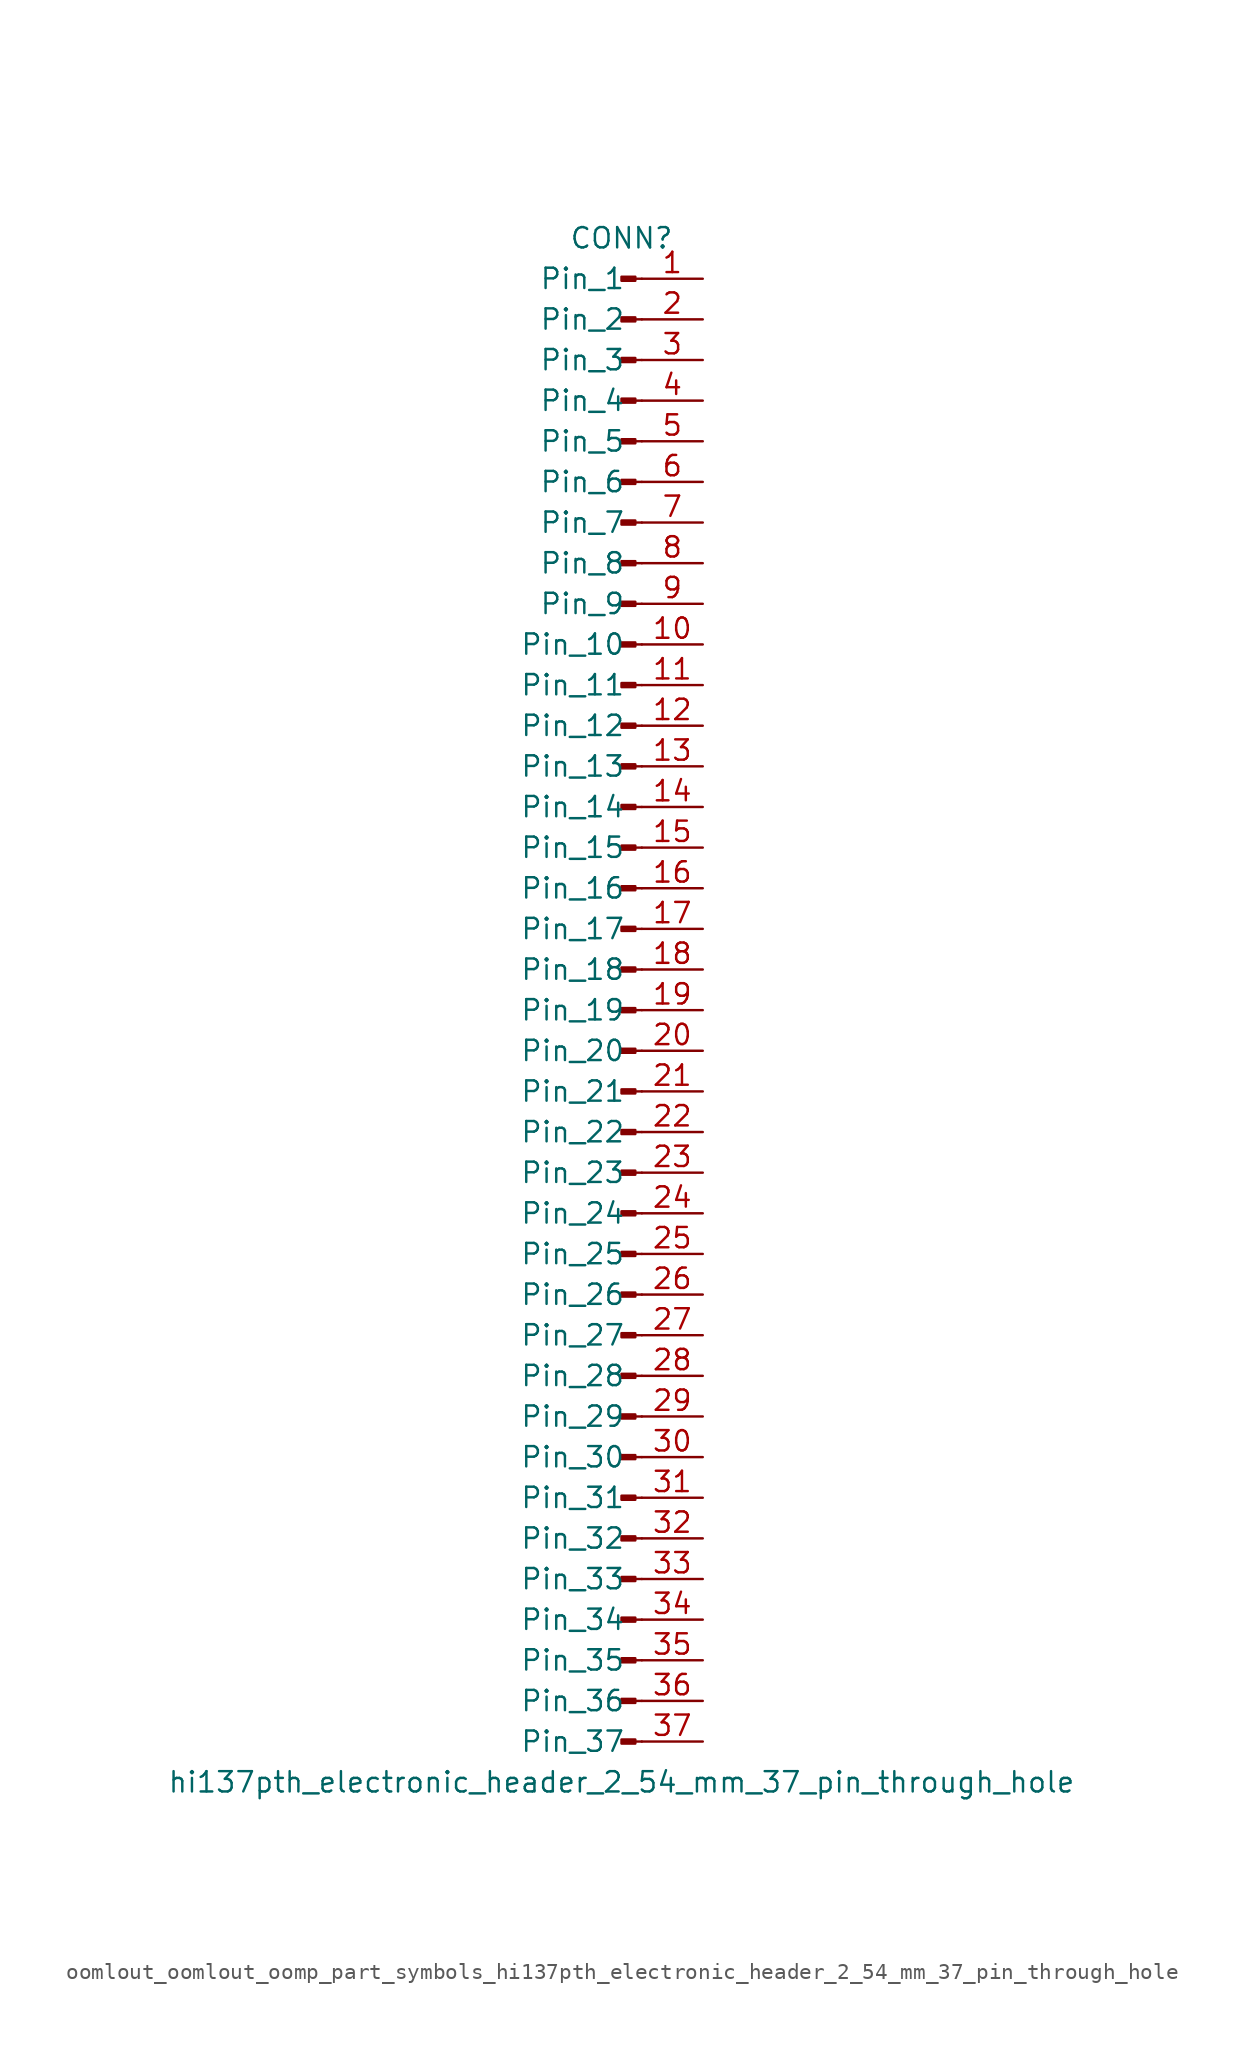
<source format=kicad_sym>
(kicad_symbol_lib
  (version 20220914)
  (generator kicad_symbol_editor)
  (symbol "oomlout_oomlout_oomp_part_symbols_hi137pth_electronic_header_2_54_mm_37_pin_through_hole"
    (pin_names
      (offset 1.016))
    (property "Reference" "CONN"
      (at 0 48.26 0)
      (effects (font (size 1.27 1.27))))
    (property "Value" "hi137pth_electronic_header_2_54_mm_37_pin_through_hole"
      (at 0 -48.26 0)
      (effects (font (size 1.27 1.27))))
    (property "ki_locked" ""
      (at 0 0 0)
      (effects (font (size 1.27 1.27))))
    (symbol "oomlout_oomlout_oomp_part_symbols_hi137pth_electronic_header_2_54_mm_37_pin_through_hole_1_1"
      (polyline (pts (xy 1.27 -45.72) (xy 0.864 -45.72)) (stroke (width 0.152) (type default)) (fill (type none)))
      (polyline (pts (xy 1.27 -43.18) (xy 0.864 -43.18)) (stroke (width 0.152) (type default)) (fill (type none)))
      (polyline (pts (xy 1.27 -40.64) (xy 0.864 -40.64)) (stroke (width 0.152) (type default)) (fill (type none)))
      (polyline (pts (xy 1.27 -38.1) (xy 0.864 -38.1)) (stroke (width 0.152) (type default)) (fill (type none)))
      (polyline (pts (xy 1.27 -35.56) (xy 0.864 -35.56)) (stroke (width 0.152) (type default)) (fill (type none)))
      (polyline (pts (xy 1.27 -33.02) (xy 0.864 -33.02)) (stroke (width 0.152) (type default)) (fill (type none)))
      (polyline (pts (xy 1.27 -30.48) (xy 0.864 -30.48)) (stroke (width 0.152) (type default)) (fill (type none)))
      (polyline (pts (xy 1.27 -27.94) (xy 0.864 -27.94)) (stroke (width 0.152) (type default)) (fill (type none)))
      (polyline (pts (xy 1.27 -25.4) (xy 0.864 -25.4)) (stroke (width 0.152) (type default)) (fill (type none)))
      (polyline (pts (xy 1.27 -22.86) (xy 0.864 -22.86)) (stroke (width 0.152) (type default)) (fill (type none)))
      (polyline (pts (xy 1.27 -20.32) (xy 0.864 -20.32)) (stroke (width 0.152) (type default)) (fill (type none)))
      (polyline (pts (xy 1.27 -17.78) (xy 0.864 -17.78)) (stroke (width 0.152) (type default)) (fill (type none)))
      (polyline (pts (xy 1.27 -15.24) (xy 0.864 -15.24)) (stroke (width 0.152) (type default)) (fill (type none)))
      (polyline (pts (xy 1.27 -12.7) (xy 0.864 -12.7)) (stroke (width 0.152) (type default)) (fill (type none)))
      (polyline (pts (xy 1.27 -10.16) (xy 0.864 -10.16)) (stroke (width 0.152) (type default)) (fill (type none)))
      (polyline (pts (xy 1.27 -7.62) (xy 0.864 -7.62)) (stroke (width 0.152) (type default)) (fill (type none)))
      (polyline (pts (xy 1.27 -5.08) (xy 0.864 -5.08)) (stroke (width 0.152) (type default)) (fill (type none)))
      (polyline (pts (xy 1.27 -2.54) (xy 0.864 -2.54)) (stroke (width 0.152) (type default)) (fill (type none)))
      (polyline (pts (xy 1.27 0) (xy 0.864 0)) (stroke (width 0.152) (type default)) (fill (type none)))
      (polyline (pts (xy 1.27 2.54) (xy 0.864 2.54)) (stroke (width 0.152) (type default)) (fill (type none)))
      (polyline (pts (xy 1.27 5.08) (xy 0.864 5.08)) (stroke (width 0.152) (type default)) (fill (type none)))
      (polyline (pts (xy 1.27 7.62) (xy 0.864 7.62)) (stroke (width 0.152) (type default)) (fill (type none)))
      (polyline (pts (xy 1.27 10.16) (xy 0.864 10.16)) (stroke (width 0.152) (type default)) (fill (type none)))
      (polyline (pts (xy 1.27 12.7) (xy 0.864 12.7)) (stroke (width 0.152) (type default)) (fill (type none)))
      (polyline (pts (xy 1.27 15.24) (xy 0.864 15.24)) (stroke (width 0.152) (type default)) (fill (type none)))
      (polyline (pts (xy 1.27 17.78) (xy 0.864 17.78)) (stroke (width 0.152) (type default)) (fill (type none)))
      (polyline (pts (xy 1.27 20.32) (xy 0.864 20.32)) (stroke (width 0.152) (type default)) (fill (type none)))
      (polyline (pts (xy 1.27 22.86) (xy 0.864 22.86)) (stroke (width 0.152) (type default)) (fill (type none)))
      (polyline (pts (xy 1.27 25.4) (xy 0.864 25.4)) (stroke (width 0.152) (type default)) (fill (type none)))
      (polyline (pts (xy 1.27 27.94) (xy 0.864 27.94)) (stroke (width 0.152) (type default)) (fill (type none)))
      (polyline (pts (xy 1.27 30.48) (xy 0.864 30.48)) (stroke (width 0.152) (type default)) (fill (type none)))
      (polyline (pts (xy 1.27 33.02) (xy 0.864 33.02)) (stroke (width 0.152) (type default)) (fill (type none)))
      (polyline (pts (xy 1.27 35.56) (xy 0.864 35.56)) (stroke (width 0.152) (type default)) (fill (type none)))
      (polyline (pts (xy 1.27 38.1) (xy 0.864 38.1)) (stroke (width 0.152) (type default)) (fill (type none)))
      (polyline (pts (xy 1.27 40.64) (xy 0.864 40.64)) (stroke (width 0.152) (type default)) (fill (type none)))
      (polyline (pts (xy 1.27 43.18) (xy 0.864 43.18)) (stroke (width 0.152) (type default)) (fill (type none)))
      (polyline (pts (xy 1.27 45.72) (xy 0.864 45.72)) (stroke (width 0.152) (type default)) (fill (type none)))
      (rectangle (start 0.864 -45.593) (end 0 -45.847) (stroke (width 0.152) (type default)) (fill (type outline)))
      (rectangle (start 0.864 -43.053) (end 0 -43.307) (stroke (width 0.152) (type default)) (fill (type outline)))
      (rectangle (start 0.864 -40.513) (end 0 -40.767) (stroke (width 0.152) (type default)) (fill (type outline)))
      (rectangle (start 0.864 -37.973) (end 0 -38.227) (stroke (width 0.152) (type default)) (fill (type outline)))
      (rectangle (start 0.864 -35.433) (end 0 -35.687) (stroke (width 0.152) (type default)) (fill (type outline)))
      (rectangle (start 0.864 -32.893) (end 0 -33.147) (stroke (width 0.152) (type default)) (fill (type outline)))
      (rectangle (start 0.864 -30.353) (end 0 -30.607) (stroke (width 0.152) (type default)) (fill (type outline)))
      (rectangle (start 0.864 -27.813) (end 0 -28.067) (stroke (width 0.152) (type default)) (fill (type outline)))
      (rectangle (start 0.864 -25.273) (end 0 -25.527) (stroke (width 0.152) (type default)) (fill (type outline)))
      (rectangle (start 0.864 -22.733) (end 0 -22.987) (stroke (width 0.152) (type default)) (fill (type outline)))
      (rectangle (start 0.864 -20.193) (end 0 -20.447) (stroke (width 0.152) (type default)) (fill (type outline)))
      (rectangle (start 0.864 -17.653) (end 0 -17.907) (stroke (width 0.152) (type default)) (fill (type outline)))
      (rectangle (start 0.864 -15.113) (end 0 -15.367) (stroke (width 0.152) (type default)) (fill (type outline)))
      (rectangle (start 0.864 -12.573) (end 0 -12.827) (stroke (width 0.152) (type default)) (fill (type outline)))
      (rectangle (start 0.864 -10.033) (end 0 -10.287) (stroke (width 0.152) (type default)) (fill (type outline)))
      (rectangle (start 0.864 -7.493) (end 0 -7.747) (stroke (width 0.152) (type default)) (fill (type outline)))
      (rectangle (start 0.864 -4.953) (end 0 -5.207) (stroke (width 0.152) (type default)) (fill (type outline)))
      (rectangle (start 0.864 -2.413) (end 0 -2.667) (stroke (width 0.152) (type default)) (fill (type outline)))
      (rectangle (start 0.864 0.127) (end 0 -0.127) (stroke (width 0.152) (type default)) (fill (type outline)))
      (rectangle (start 0.864 2.667) (end 0 2.413) (stroke (width 0.152) (type default)) (fill (type outline)))
      (rectangle (start 0.864 5.207) (end 0 4.953) (stroke (width 0.152) (type default)) (fill (type outline)))
      (rectangle (start 0.864 7.747) (end 0 7.493) (stroke (width 0.152) (type default)) (fill (type outline)))
      (rectangle (start 0.864 10.287) (end 0 10.033) (stroke (width 0.152) (type default)) (fill (type outline)))
      (rectangle (start 0.864 12.827) (end 0 12.573) (stroke (width 0.152) (type default)) (fill (type outline)))
      (rectangle (start 0.864 15.367) (end 0 15.113) (stroke (width 0.152) (type default)) (fill (type outline)))
      (rectangle (start 0.864 17.907) (end 0 17.653) (stroke (width 0.152) (type default)) (fill (type outline)))
      (rectangle (start 0.864 20.447) (end 0 20.193) (stroke (width 0.152) (type default)) (fill (type outline)))
      (rectangle (start 0.864 22.987) (end 0 22.733) (stroke (width 0.152) (type default)) (fill (type outline)))
      (rectangle (start 0.864 25.527) (end 0 25.273) (stroke (width 0.152) (type default)) (fill (type outline)))
      (rectangle (start 0.864 28.067) (end 0 27.813) (stroke (width 0.152) (type default)) (fill (type outline)))
      (rectangle (start 0.864 30.607) (end 0 30.353) (stroke (width 0.152) (type default)) (fill (type outline)))
      (rectangle (start 0.864 33.147) (end 0 32.893) (stroke (width 0.152) (type default)) (fill (type outline)))
      (rectangle (start 0.864 35.687) (end 0 35.433) (stroke (width 0.152) (type default)) (fill (type outline)))
      (rectangle (start 0.864 38.227) (end 0 37.973) (stroke (width 0.152) (type default)) (fill (type outline)))
      (rectangle (start 0.864 40.767) (end 0 40.513) (stroke (width 0.152) (type default)) (fill (type outline)))
      (rectangle (start 0.864 43.307) (end 0 43.053) (stroke (width 0.152) (type default)) (fill (type outline)))
      (rectangle (start 0.864 45.847) (end 0 45.593) (stroke (width 0.152) (type default)) (fill (type outline)))
      (pin passive line (at 5.08 45.72 180) (length 3.81) (name "Pin_1" (effects (font (size 1.27 1.27)))) (number "1" (effects (font (size 1.27 1.27)))))
      (pin passive line (at 5.08 22.86 180) (length 3.81) (name "Pin_10" (effects (font (size 1.27 1.27)))) (number "10" (effects (font (size 1.27 1.27)))))
      (pin passive line (at 5.08 20.32 180) (length 3.81) (name "Pin_11" (effects (font (size 1.27 1.27)))) (number "11" (effects (font (size 1.27 1.27)))))
      (pin passive line (at 5.08 17.78 180) (length 3.81) (name "Pin_12" (effects (font (size 1.27 1.27)))) (number "12" (effects (font (size 1.27 1.27)))))
      (pin passive line (at 5.08 15.24 180) (length 3.81) (name "Pin_13" (effects (font (size 1.27 1.27)))) (number "13" (effects (font (size 1.27 1.27)))))
      (pin passive line (at 5.08 12.7 180) (length 3.81) (name "Pin_14" (effects (font (size 1.27 1.27)))) (number "14" (effects (font (size 1.27 1.27)))))
      (pin passive line (at 5.08 10.16 180) (length 3.81) (name "Pin_15" (effects (font (size 1.27 1.27)))) (number "15" (effects (font (size 1.27 1.27)))))
      (pin passive line (at 5.08 7.62 180) (length 3.81) (name "Pin_16" (effects (font (size 1.27 1.27)))) (number "16" (effects (font (size 1.27 1.27)))))
      (pin passive line (at 5.08 5.08 180) (length 3.81) (name "Pin_17" (effects (font (size 1.27 1.27)))) (number "17" (effects (font (size 1.27 1.27)))))
      (pin passive line (at 5.08 2.54 180) (length 3.81) (name "Pin_18" (effects (font (size 1.27 1.27)))) (number "18" (effects (font (size 1.27 1.27)))))
      (pin passive line (at 5.08 0 180) (length 3.81) (name "Pin_19" (effects (font (size 1.27 1.27)))) (number "19" (effects (font (size 1.27 1.27)))))
      (pin passive line (at 5.08 43.18 180) (length 3.81) (name "Pin_2" (effects (font (size 1.27 1.27)))) (number "2" (effects (font (size 1.27 1.27)))))
      (pin passive line (at 5.08 -2.54 180) (length 3.81) (name "Pin_20" (effects (font (size 1.27 1.27)))) (number "20" (effects (font (size 1.27 1.27)))))
      (pin passive line (at 5.08 -5.08 180) (length 3.81) (name "Pin_21" (effects (font (size 1.27 1.27)))) (number "21" (effects (font (size 1.27 1.27)))))
      (pin passive line (at 5.08 -7.62 180) (length 3.81) (name "Pin_22" (effects (font (size 1.27 1.27)))) (number "22" (effects (font (size 1.27 1.27)))))
      (pin passive line (at 5.08 -10.16 180) (length 3.81) (name "Pin_23" (effects (font (size 1.27 1.27)))) (number "23" (effects (font (size 1.27 1.27)))))
      (pin passive line (at 5.08 -12.7 180) (length 3.81) (name "Pin_24" (effects (font (size 1.27 1.27)))) (number "24" (effects (font (size 1.27 1.27)))))
      (pin passive line (at 5.08 -15.24 180) (length 3.81) (name "Pin_25" (effects (font (size 1.27 1.27)))) (number "25" (effects (font (size 1.27 1.27)))))
      (pin passive line (at 5.08 -17.78 180) (length 3.81) (name "Pin_26" (effects (font (size 1.27 1.27)))) (number "26" (effects (font (size 1.27 1.27)))))
      (pin passive line (at 5.08 -20.32 180) (length 3.81) (name "Pin_27" (effects (font (size 1.27 1.27)))) (number "27" (effects (font (size 1.27 1.27)))))
      (pin passive line (at 5.08 -22.86 180) (length 3.81) (name "Pin_28" (effects (font (size 1.27 1.27)))) (number "28" (effects (font (size 1.27 1.27)))))
      (pin passive line (at 5.08 -25.4 180) (length 3.81) (name "Pin_29" (effects (font (size 1.27 1.27)))) (number "29" (effects (font (size 1.27 1.27)))))
      (pin passive line (at 5.08 40.64 180) (length 3.81) (name "Pin_3" (effects (font (size 1.27 1.27)))) (number "3" (effects (font (size 1.27 1.27)))))
      (pin passive line (at 5.08 -27.94 180) (length 3.81) (name "Pin_30" (effects (font (size 1.27 1.27)))) (number "30" (effects (font (size 1.27 1.27)))))
      (pin passive line (at 5.08 -30.48 180) (length 3.81) (name "Pin_31" (effects (font (size 1.27 1.27)))) (number "31" (effects (font (size 1.27 1.27)))))
      (pin passive line (at 5.08 -33.02 180) (length 3.81) (name "Pin_32" (effects (font (size 1.27 1.27)))) (number "32" (effects (font (size 1.27 1.27)))))
      (pin passive line (at 5.08 -35.56 180) (length 3.81) (name "Pin_33" (effects (font (size 1.27 1.27)))) (number "33" (effects (font (size 1.27 1.27)))))
      (pin passive line (at 5.08 -38.1 180) (length 3.81) (name "Pin_34" (effects (font (size 1.27 1.27)))) (number "34" (effects (font (size 1.27 1.27)))))
      (pin passive line (at 5.08 -40.64 180) (length 3.81) (name "Pin_35" (effects (font (size 1.27 1.27)))) (number "35" (effects (font (size 1.27 1.27)))))
      (pin passive line (at 5.08 -43.18 180) (length 3.81) (name "Pin_36" (effects (font (size 1.27 1.27)))) (number "36" (effects (font (size 1.27 1.27)))))
      (pin passive line (at 5.08 -45.72 180) (length 3.81) (name "Pin_37" (effects (font (size 1.27 1.27)))) (number "37" (effects (font (size 1.27 1.27)))))
      (pin passive line (at 5.08 38.1 180) (length 3.81) (name "Pin_4" (effects (font (size 1.27 1.27)))) (number "4" (effects (font (size 1.27 1.27)))))
      (pin passive line (at 5.08 35.56 180) (length 3.81) (name "Pin_5" (effects (font (size 1.27 1.27)))) (number "5" (effects (font (size 1.27 1.27)))))
      (pin passive line (at 5.08 33.02 180) (length 3.81) (name "Pin_6" (effects (font (size 1.27 1.27)))) (number "6" (effects (font (size 1.27 1.27)))))
      (pin passive line (at 5.08 30.48 180) (length 3.81) (name "Pin_7" (effects (font (size 1.27 1.27)))) (number "7" (effects (font (size 1.27 1.27)))))
      (pin passive line (at 5.08 27.94 180) (length 3.81) (name "Pin_8" (effects (font (size 1.27 1.27)))) (number "8" (effects (font (size 1.27 1.27)))))
      (pin passive line (at 5.08 25.4 180) (length 3.81) (name "Pin_9" (effects (font (size 1.27 1.27)))) (number "9" (effects (font (size 1.27 1.27))))))))
</source>
